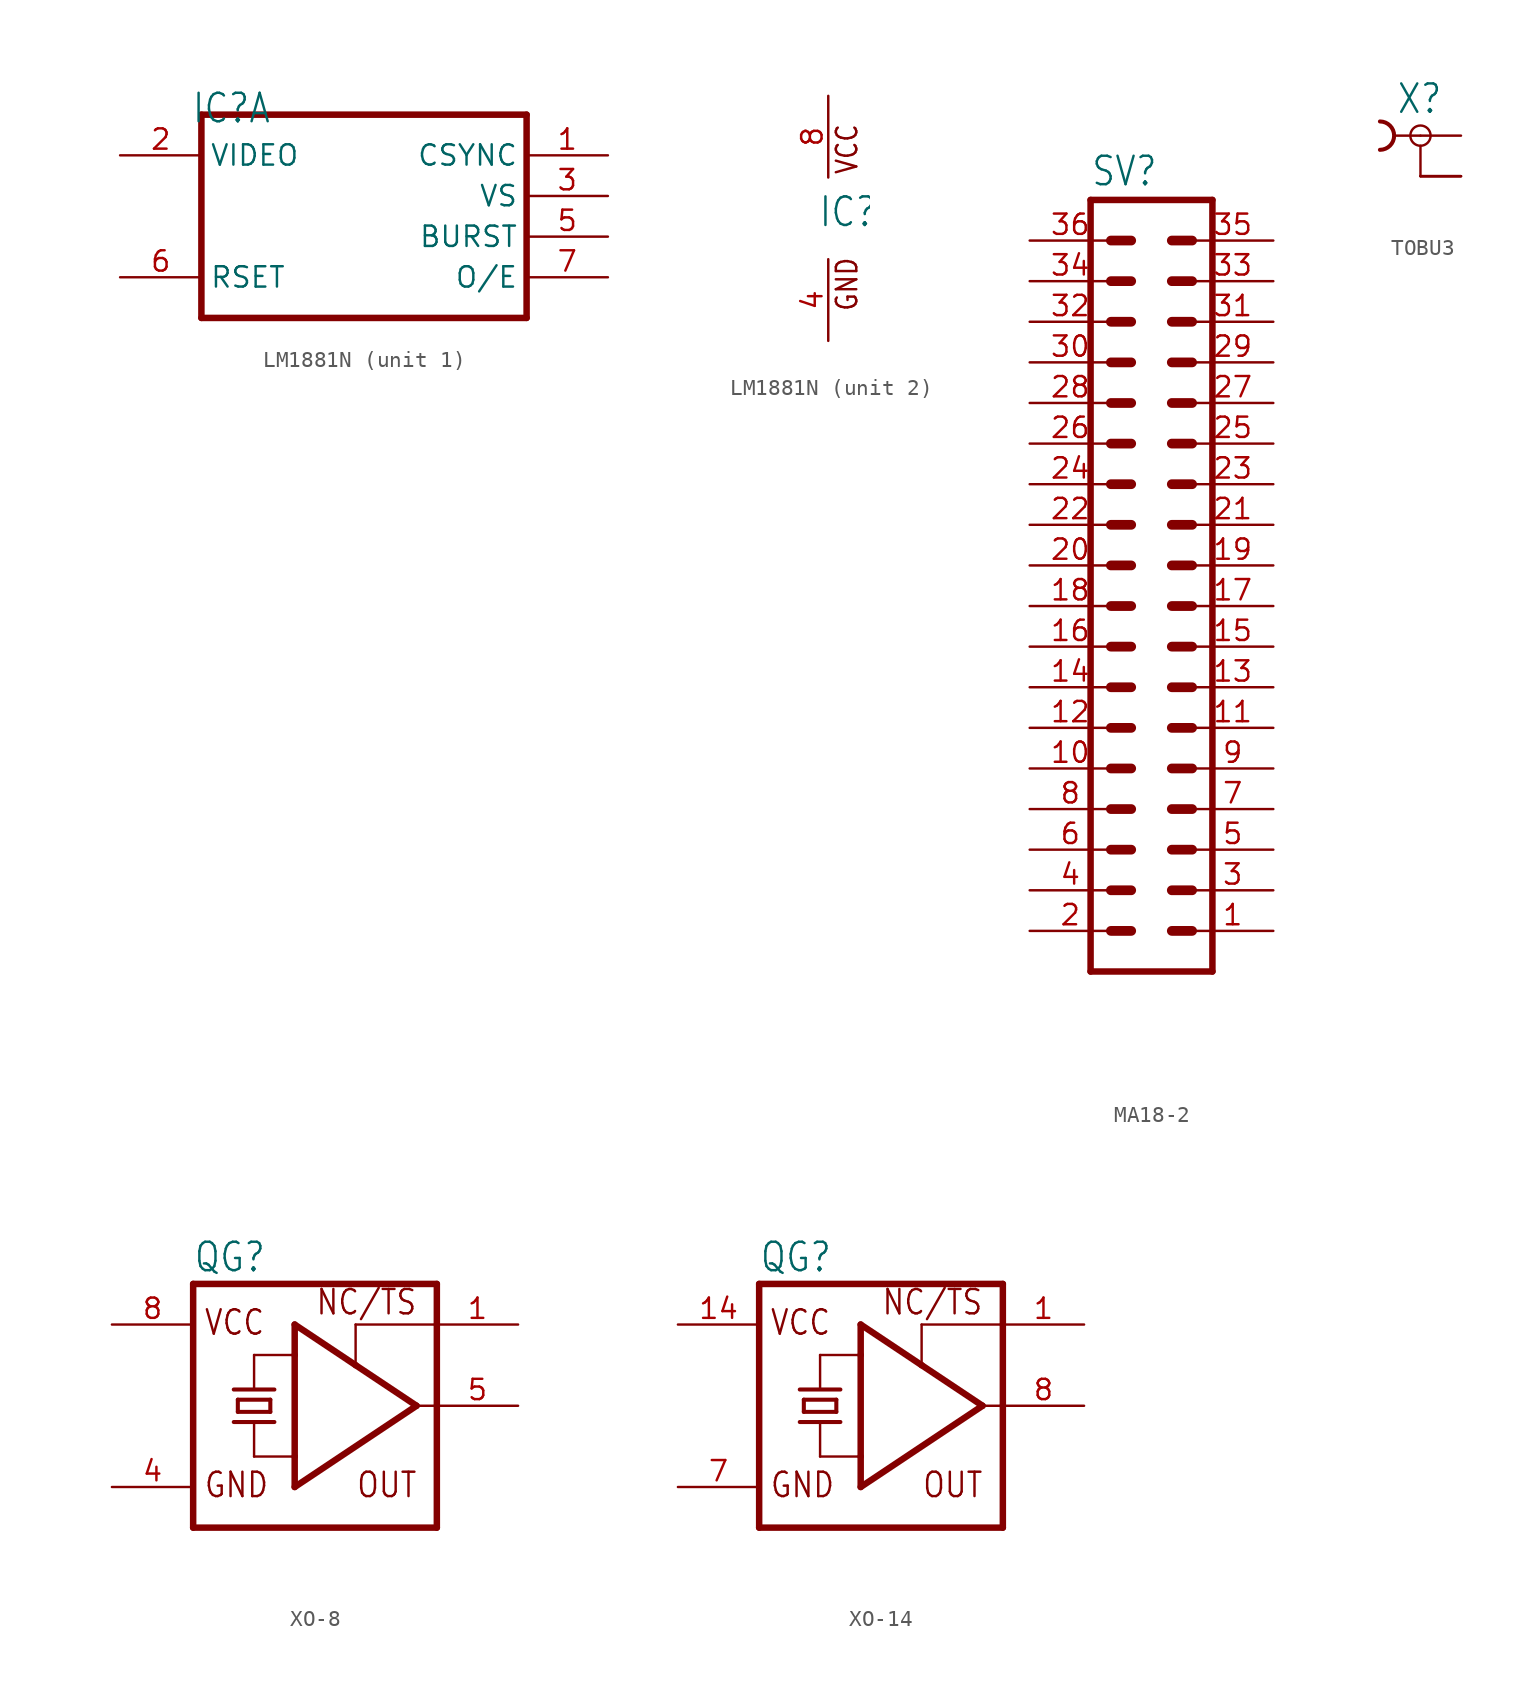
<source format=kicad_sym>
(kicad_symbol_lib
  (version 20231120)
  (generator "kicad_symbol_editor")
  (generator_version "8.0")
  (symbol "LM1881N"
    (property "Reference" "IC"
      (at -0.635 -0.635 0)
      (effects (font (size 1.778 1.511)) (justify left bottom)))
    (property "ki_locked" ""
      (at 0 0 0)
      (effects (font (size 1.27 1.27))))
    (symbol "LM1881N_1_0"
      (polyline (pts (xy 0 -12.7) (xy 20.32 -12.7)) (stroke (width 0.406) (type solid)) (fill (type none)))
      (polyline (pts (xy 0 0) (xy 0 -12.7)) (stroke (width 0.406) (type solid)) (fill (type none)))
      (polyline (pts (xy 20.32 -12.7) (xy 20.32 0)) (stroke (width 0.406) (type solid)) (fill (type none)))
      (polyline (pts (xy 20.32 0) (xy 0 0)) (stroke (width 0.406) (type solid)) (fill (type none)))
      (pin output line (at 25.4 -2.54 180) (length 5.08) (name "CSYNC" (effects (font (size 1.27 1.27)))) (number "1" (effects (font (size 1.27 1.27)))))
      (pin input line (at -5.08 -2.54 0) (length 5.08) (name "VIDEO" (effects (font (size 1.27 1.27)))) (number "2" (effects (font (size 1.27 1.27)))))
      (pin output line (at 25.4 -5.08 180) (length 5.08) (name "VS" (effects (font (size 1.27 1.27)))) (number "3" (effects (font (size 1.27 1.27)))))
      (pin output line (at 25.4 -7.62 180) (length 5.08) (name "BURST" (effects (font (size 1.27 1.27)))) (number "5" (effects (font (size 1.27 1.27)))))
      (pin passive line (at -5.08 -10.16 0) (length 5.08) (name "RSET" (effects (font (size 1.27 1.27)))) (number "6" (effects (font (size 1.27 1.27)))))
      (pin output line (at 25.4 -10.16 180) (length 5.08) (name "O/E" (effects (font (size 1.27 1.27)))) (number "7" (effects (font (size 1.27 1.27))))))
    (symbol "LM1881N_2_0"
      (text "GND" (at 1.905 -5.842 900) (effects (font (size 1.27 1.079)) (justify left bottom)))
      (text "VCC" (at 1.905 2.667 900) (effects (font (size 1.27 1.079)) (justify left bottom)))
      (pin power_in line (at 0 -7.62 90) (length 5.08) (name "GND" (effects (font (size 0 0)))) (number "4" (effects (font (size 1.27 1.27)))))
      (pin power_in line (at 0 7.62 270) (length 5.08) (name "VCC" (effects (font (size 0 0)))) (number "8" (effects (font (size 1.27 1.27)))))))
  (symbol "MA18-2"
    (property "Reference" "SV"
      (at -3.81 26.162 0)
      (effects (font (size 1.778 1.511)) (justify left bottom)))
    (property "Value" ""
      (at -3.81 -25.4 0)
      (effects (font (size 1.778 1.511)) (justify left bottom)))
    (property "ki_locked" ""
      (at 0 0 0)
      (effects (font (size 1.27 1.27))))
    (symbol "MA18-2_1_0"
      (polyline (pts (xy -3.81 25.4) (xy -3.81 -22.86)) (stroke (width 0.406) (type solid)) (fill (type none)))
      (polyline (pts (xy -3.81 25.4) (xy 3.81 25.4)) (stroke (width 0.406) (type solid)) (fill (type none)))
      (polyline (pts (xy -2.54 -20.32) (xy -1.27 -20.32)) (stroke (width 0.61) (type solid)) (fill (type none)))
      (polyline (pts (xy -2.54 -17.78) (xy -1.27 -17.78)) (stroke (width 0.61) (type solid)) (fill (type none)))
      (polyline (pts (xy -2.54 -15.24) (xy -1.27 -15.24)) (stroke (width 0.61) (type solid)) (fill (type none)))
      (polyline (pts (xy -2.54 -12.7) (xy -1.27 -12.7)) (stroke (width 0.61) (type solid)) (fill (type none)))
      (polyline (pts (xy -2.54 -10.16) (xy -1.27 -10.16)) (stroke (width 0.61) (type solid)) (fill (type none)))
      (polyline (pts (xy -2.54 -7.62) (xy -1.27 -7.62)) (stroke (width 0.61) (type solid)) (fill (type none)))
      (polyline (pts (xy -2.54 -5.08) (xy -1.27 -5.08)) (stroke (width 0.61) (type solid)) (fill (type none)))
      (polyline (pts (xy -2.54 -2.54) (xy -1.27 -2.54)) (stroke (width 0.61) (type solid)) (fill (type none)))
      (polyline (pts (xy -2.54 0) (xy -1.27 0)) (stroke (width 0.61) (type solid)) (fill (type none)))
      (polyline (pts (xy -2.54 2.54) (xy -1.27 2.54)) (stroke (width 0.61) (type solid)) (fill (type none)))
      (polyline (pts (xy -2.54 5.08) (xy -1.27 5.08)) (stroke (width 0.61) (type solid)) (fill (type none)))
      (polyline (pts (xy -2.54 7.62) (xy -1.27 7.62)) (stroke (width 0.61) (type solid)) (fill (type none)))
      (polyline (pts (xy -2.54 10.16) (xy -1.27 10.16)) (stroke (width 0.61) (type solid)) (fill (type none)))
      (polyline (pts (xy -2.54 12.7) (xy -1.27 12.7)) (stroke (width 0.61) (type solid)) (fill (type none)))
      (polyline (pts (xy -2.54 15.24) (xy -1.27 15.24)) (stroke (width 0.61) (type solid)) (fill (type none)))
      (polyline (pts (xy -2.54 17.78) (xy -1.27 17.78)) (stroke (width 0.61) (type solid)) (fill (type none)))
      (polyline (pts (xy -2.54 20.32) (xy -1.27 20.32)) (stroke (width 0.61) (type solid)) (fill (type none)))
      (polyline (pts (xy -2.54 22.86) (xy -1.27 22.86)) (stroke (width 0.61) (type solid)) (fill (type none)))
      (polyline (pts (xy 1.27 -20.32) (xy 2.54 -20.32)) (stroke (width 0.61) (type solid)) (fill (type none)))
      (polyline (pts (xy 1.27 -17.78) (xy 2.54 -17.78)) (stroke (width 0.61) (type solid)) (fill (type none)))
      (polyline (pts (xy 1.27 -15.24) (xy 2.54 -15.24)) (stroke (width 0.61) (type solid)) (fill (type none)))
      (polyline (pts (xy 1.27 -12.7) (xy 2.54 -12.7)) (stroke (width 0.61) (type solid)) (fill (type none)))
      (polyline (pts (xy 1.27 -10.16) (xy 2.54 -10.16)) (stroke (width 0.61) (type solid)) (fill (type none)))
      (polyline (pts (xy 1.27 -7.62) (xy 2.54 -7.62)) (stroke (width 0.61) (type solid)) (fill (type none)))
      (polyline (pts (xy 1.27 -5.08) (xy 2.54 -5.08)) (stroke (width 0.61) (type solid)) (fill (type none)))
      (polyline (pts (xy 1.27 -2.54) (xy 2.54 -2.54)) (stroke (width 0.61) (type solid)) (fill (type none)))
      (polyline (pts (xy 1.27 0) (xy 2.54 0)) (stroke (width 0.61) (type solid)) (fill (type none)))
      (polyline (pts (xy 1.27 2.54) (xy 2.54 2.54)) (stroke (width 0.61) (type solid)) (fill (type none)))
      (polyline (pts (xy 1.27 5.08) (xy 2.54 5.08)) (stroke (width 0.61) (type solid)) (fill (type none)))
      (polyline (pts (xy 1.27 7.62) (xy 2.54 7.62)) (stroke (width 0.61) (type solid)) (fill (type none)))
      (polyline (pts (xy 1.27 10.16) (xy 2.54 10.16)) (stroke (width 0.61) (type solid)) (fill (type none)))
      (polyline (pts (xy 1.27 12.7) (xy 2.54 12.7)) (stroke (width 0.61) (type solid)) (fill (type none)))
      (polyline (pts (xy 1.27 15.24) (xy 2.54 15.24)) (stroke (width 0.61) (type solid)) (fill (type none)))
      (polyline (pts (xy 1.27 17.78) (xy 2.54 17.78)) (stroke (width 0.61) (type solid)) (fill (type none)))
      (polyline (pts (xy 1.27 20.32) (xy 2.54 20.32)) (stroke (width 0.61) (type solid)) (fill (type none)))
      (polyline (pts (xy 1.27 22.86) (xy 2.54 22.86)) (stroke (width 0.61) (type solid)) (fill (type none)))
      (polyline (pts (xy 3.81 -22.86) (xy -3.81 -22.86)) (stroke (width 0.406) (type solid)) (fill (type none)))
      (polyline (pts (xy 3.81 -22.86) (xy 3.81 25.4)) (stroke (width 0.406) (type solid)) (fill (type none)))
      (pin passive line (at 7.62 -20.32 180) (length 5.08) (name "1" (effects (font (size 0 0)))) (number "1" (effects (font (size 1.27 1.27)))))
      (pin passive line (at -7.62 -10.16 0) (length 5.08) (name "10" (effects (font (size 0 0)))) (number "10" (effects (font (size 1.27 1.27)))))
      (pin passive line (at 7.62 -7.62 180) (length 5.08) (name "11" (effects (font (size 0 0)))) (number "11" (effects (font (size 1.27 1.27)))))
      (pin passive line (at -7.62 -7.62 0) (length 5.08) (name "12" (effects (font (size 0 0)))) (number "12" (effects (font (size 1.27 1.27)))))
      (pin passive line (at 7.62 -5.08 180) (length 5.08) (name "13" (effects (font (size 0 0)))) (number "13" (effects (font (size 1.27 1.27)))))
      (pin passive line (at -7.62 -5.08 0) (length 5.08) (name "14" (effects (font (size 0 0)))) (number "14" (effects (font (size 1.27 1.27)))))
      (pin passive line (at 7.62 -2.54 180) (length 5.08) (name "15" (effects (font (size 0 0)))) (number "15" (effects (font (size 1.27 1.27)))))
      (pin passive line (at -7.62 -2.54 0) (length 5.08) (name "16" (effects (font (size 0 0)))) (number "16" (effects (font (size 1.27 1.27)))))
      (pin passive line (at 7.62 0 180) (length 5.08) (name "17" (effects (font (size 0 0)))) (number "17" (effects (font (size 1.27 1.27)))))
      (pin passive line (at -7.62 0 0) (length 5.08) (name "18" (effects (font (size 0 0)))) (number "18" (effects (font (size 1.27 1.27)))))
      (pin passive line (at 7.62 2.54 180) (length 5.08) (name "19" (effects (font (size 0 0)))) (number "19" (effects (font (size 1.27 1.27)))))
      (pin passive line (at -7.62 -20.32 0) (length 5.08) (name "2" (effects (font (size 0 0)))) (number "2" (effects (font (size 1.27 1.27)))))
      (pin passive line (at -7.62 2.54 0) (length 5.08) (name "20" (effects (font (size 0 0)))) (number "20" (effects (font (size 1.27 1.27)))))
      (pin passive line (at 7.62 5.08 180) (length 5.08) (name "21" (effects (font (size 0 0)))) (number "21" (effects (font (size 1.27 1.27)))))
      (pin passive line (at -7.62 5.08 0) (length 5.08) (name "22" (effects (font (size 0 0)))) (number "22" (effects (font (size 1.27 1.27)))))
      (pin passive line (at 7.62 7.62 180) (length 5.08) (name "23" (effects (font (size 0 0)))) (number "23" (effects (font (size 1.27 1.27)))))
      (pin passive line (at -7.62 7.62 0) (length 5.08) (name "24" (effects (font (size 0 0)))) (number "24" (effects (font (size 1.27 1.27)))))
      (pin passive line (at 7.62 10.16 180) (length 5.08) (name "25" (effects (font (size 0 0)))) (number "25" (effects (font (size 1.27 1.27)))))
      (pin passive line (at -7.62 10.16 0) (length 5.08) (name "26" (effects (font (size 0 0)))) (number "26" (effects (font (size 1.27 1.27)))))
      (pin passive line (at 7.62 12.7 180) (length 5.08) (name "27" (effects (font (size 0 0)))) (number "27" (effects (font (size 1.27 1.27)))))
      (pin passive line (at -7.62 12.7 0) (length 5.08) (name "28" (effects (font (size 0 0)))) (number "28" (effects (font (size 1.27 1.27)))))
      (pin passive line (at 7.62 15.24 180) (length 5.08) (name "29" (effects (font (size 0 0)))) (number "29" (effects (font (size 1.27 1.27)))))
      (pin passive line (at 7.62 -17.78 180) (length 5.08) (name "3" (effects (font (size 0 0)))) (number "3" (effects (font (size 1.27 1.27)))))
      (pin passive line (at -7.62 15.24 0) (length 5.08) (name "30" (effects (font (size 0 0)))) (number "30" (effects (font (size 1.27 1.27)))))
      (pin passive line (at 7.62 17.78 180) (length 5.08) (name "31" (effects (font (size 0 0)))) (number "31" (effects (font (size 1.27 1.27)))))
      (pin passive line (at -7.62 17.78 0) (length 5.08) (name "32" (effects (font (size 0 0)))) (number "32" (effects (font (size 1.27 1.27)))))
      (pin passive line (at 7.62 20.32 180) (length 5.08) (name "33" (effects (font (size 0 0)))) (number "33" (effects (font (size 1.27 1.27)))))
      (pin passive line (at -7.62 20.32 0) (length 5.08) (name "34" (effects (font (size 0 0)))) (number "34" (effects (font (size 1.27 1.27)))))
      (pin passive line (at 7.62 22.86 180) (length 5.08) (name "35" (effects (font (size 0 0)))) (number "35" (effects (font (size 1.27 1.27)))))
      (pin passive line (at -7.62 22.86 0) (length 5.08) (name "36" (effects (font (size 0 0)))) (number "36" (effects (font (size 1.27 1.27)))))
      (pin passive line (at -7.62 -17.78 0) (length 5.08) (name "4" (effects (font (size 0 0)))) (number "4" (effects (font (size 1.27 1.27)))))
      (pin passive line (at 7.62 -15.24 180) (length 5.08) (name "5" (effects (font (size 0 0)))) (number "5" (effects (font (size 1.27 1.27)))))
      (pin passive line (at -7.62 -15.24 0) (length 5.08) (name "6" (effects (font (size 0 0)))) (number "6" (effects (font (size 1.27 1.27)))))
      (pin passive line (at 7.62 -12.7 180) (length 5.08) (name "7" (effects (font (size 0 0)))) (number "7" (effects (font (size 1.27 1.27)))))
      (pin passive line (at -7.62 -12.7 0) (length 5.08) (name "8" (effects (font (size 0 0)))) (number "8" (effects (font (size 1.27 1.27)))))
      (pin passive line (at 7.62 -10.16 180) (length 5.08) (name "9" (effects (font (size 0 0)))) (number "9" (effects (font (size 1.27 1.27)))))))
  (symbol "TOBU3"
    (property "Reference" "X"
      (at -1.524 1.27 0)
      (effects (font (size 1.778 1.511)) (justify left bottom)))
    (property "Value" ""
      (at -2.54 -5.08 0)
      (effects (font (size 1.778 1.511)) (justify left bottom)))
    (property "ki_locked" ""
      (at 0 0 0)
      (effects (font (size 1.27 1.27))))
    (symbol "TOBU3_1_0"
      (arc (start -2.54 -0.889) (mid -1.651 0) (end -2.54 0.889) (stroke (width 0.254) (type solid)) (fill (type none)))
      (polyline (pts (xy -1.524 0) (xy 0 0)) (stroke (width 0.152) (type solid)) (fill (type none)))
      (polyline (pts (xy 0 -2.54) (xy 0 -0.635)) (stroke (width 0.152) (type solid)) (fill (type none)))
      (circle (center 0 0) (radius 0.635) (stroke (width 0.152) (type solid)) (fill (type none)))
      (pin passive line (at 2.54 0 180) (length 2.54) (name "1" (effects (font (size 0 0)))) (number "1" (effects (font (size 0 0)))))
      (pin passive line (at 2.54 -2.54 180) (length 2.54) (name "2" (effects (font (size 0 0)))) (number "2" (effects (font (size 0 0)))))
      (pin passive line (at 2.54 -2.54 180) (length 2.54) (name "2" (effects (font (size 0 0)))) (number "2@1" (effects (font (size 0 0)))))
      (pin passive line (at 2.54 -2.54 180) (length 2.54) (name "2" (effects (font (size 0 0)))) (number "2@2" (effects (font (size 0 0)))))))
  (symbol "XO-8"
    (property "Reference" "QG"
      (at -7.62 8.255 0)
      (effects (font (size 1.778 1.511)) (justify left bottom)))
    (property "Value" ""
      (at -7.62 -10.16 0)
      (effects (font (size 1.778 1.511)) (justify left bottom)))
    (property "ki_locked" ""
      (at 0 0 0)
      (effects (font (size 1.27 1.27))))
    (symbol "XO-8_1_0"
      (polyline (pts (xy -7.62 7.62) (xy -7.62 -7.62)) (stroke (width 0.406) (type solid)) (fill (type none)))
      (polyline (pts (xy -7.62 7.62) (xy 7.62 7.62)) (stroke (width 0.406) (type solid)) (fill (type none)))
      (polyline (pts (xy -5.08 -1.016) (xy -3.81 -1.016)) (stroke (width 0.254) (type solid)) (fill (type none)))
      (polyline (pts (xy -5.08 1.016) (xy -2.54 1.016)) (stroke (width 0.254) (type solid)) (fill (type none)))
      (polyline (pts (xy -4.826 -0.381) (xy -4.826 0.381)) (stroke (width 0.254) (type solid)) (fill (type none)))
      (polyline (pts (xy -4.826 -0.381) (xy -2.794 -0.381)) (stroke (width 0.254) (type solid)) (fill (type none)))
      (polyline (pts (xy -4.826 0.381) (xy -2.794 0.381)) (stroke (width 0.254) (type solid)) (fill (type none)))
      (polyline (pts (xy -3.81 -3.175) (xy -3.81 -1.016)) (stroke (width 0.152) (type solid)) (fill (type none)))
      (polyline (pts (xy -3.81 -3.175) (xy -1.27 -3.175)) (stroke (width 0.152) (type solid)) (fill (type none)))
      (polyline (pts (xy -3.81 -1.016) (xy -2.54 -1.016)) (stroke (width 0.254) (type solid)) (fill (type none)))
      (polyline (pts (xy -3.81 1.016) (xy -3.81 3.175)) (stroke (width 0.152) (type solid)) (fill (type none)))
      (polyline (pts (xy -3.81 3.175) (xy -1.27 3.175)) (stroke (width 0.152) (type solid)) (fill (type none)))
      (polyline (pts (xy -2.794 0.381) (xy -2.794 -0.381)) (stroke (width 0.254) (type solid)) (fill (type none)))
      (polyline (pts (xy -1.27 -5.08) (xy -1.27 -3.175)) (stroke (width 0.406) (type solid)) (fill (type none)))
      (polyline (pts (xy -1.27 -3.175) (xy -1.27 3.175)) (stroke (width 0.406) (type solid)) (fill (type none)))
      (polyline (pts (xy -1.27 3.175) (xy -1.27 5.08)) (stroke (width 0.406) (type solid)) (fill (type none)))
      (polyline (pts (xy -1.27 5.08) (xy 2.54 2.54)) (stroke (width 0.406) (type solid)) (fill (type none)))
      (polyline (pts (xy 2.54 2.54) (xy 6.35 0)) (stroke (width 0.406) (type solid)) (fill (type none)))
      (polyline (pts (xy 2.54 5.08) (xy 2.54 2.54)) (stroke (width 0.152) (type solid)) (fill (type none)))
      (polyline (pts (xy 6.35 0) (xy -1.27 -5.08)) (stroke (width 0.406) (type solid)) (fill (type none)))
      (polyline (pts (xy 6.35 0) (xy 7.62 0)) (stroke (width 0.152) (type solid)) (fill (type none)))
      (polyline (pts (xy 7.62 -7.62) (xy -7.62 -7.62)) (stroke (width 0.406) (type solid)) (fill (type none)))
      (polyline (pts (xy 7.62 -7.62) (xy 7.62 0)) (stroke (width 0.406) (type solid)) (fill (type none)))
      (polyline (pts (xy 7.62 0) (xy 7.62 5.08)) (stroke (width 0.406) (type solid)) (fill (type none)))
      (polyline (pts (xy 7.62 5.08) (xy 2.54 5.08)) (stroke (width 0.152) (type solid)) (fill (type none)))
      (polyline (pts (xy 7.62 5.08) (xy 7.62 7.62)) (stroke (width 0.406) (type solid)) (fill (type none)))
      (text "GND" (at -6.985 -5.842 0) (effects (font (size 1.524 1.295)) (justify left bottom)))
      (text "NC/TS" (at 0 5.588 0) (effects (font (size 1.524 1.295)) (justify left bottom)))
      (text "OUT" (at 2.54 -5.842 0) (effects (font (size 1.524 1.295)) (justify left bottom)))
      (text "VCC" (at -6.985 4.318 0) (effects (font (size 1.524 1.295)) (justify left bottom)))
      (pin passive line (at 12.7 5.08 180) (length 5.08) (name "TS" (effects (font (size 0 0)))) (number "1" (effects (font (size 1.27 1.27)))))
      (pin power_in line (at -12.7 -5.08 0) (length 5.08) (name "GND" (effects (font (size 0 0)))) (number "4" (effects (font (size 1.27 1.27)))))
      (pin output line (at 12.7 0 180) (length 5.08) (name "OUT" (effects (font (size 0 0)))) (number "5" (effects (font (size 1.27 1.27)))))
      (pin power_in line (at -12.7 5.08 0) (length 5.08) (name "VCC" (effects (font (size 0 0)))) (number "8" (effects (font (size 1.27 1.27)))))))
  (symbol "XO-14"
    (property "Reference" "QG"
      (at -7.62 8.255 0)
      (effects (font (size 1.778 1.511)) (justify left bottom)))
    (property "Value" ""
      (at -7.62 -10.16 0)
      (effects (font (size 1.778 1.511)) (justify left bottom)))
    (property "ki_locked" ""
      (at 0 0 0)
      (effects (font (size 1.27 1.27))))
    (symbol "XO-14_1_0"
      (polyline (pts (xy -7.62 7.62) (xy -7.62 -7.62)) (stroke (width 0.406) (type solid)) (fill (type none)))
      (polyline (pts (xy -7.62 7.62) (xy 7.62 7.62)) (stroke (width 0.406) (type solid)) (fill (type none)))
      (polyline (pts (xy -5.08 -1.016) (xy -3.81 -1.016)) (stroke (width 0.254) (type solid)) (fill (type none)))
      (polyline (pts (xy -5.08 1.016) (xy -2.54 1.016)) (stroke (width 0.254) (type solid)) (fill (type none)))
      (polyline (pts (xy -4.826 -0.381) (xy -4.826 0.381)) (stroke (width 0.254) (type solid)) (fill (type none)))
      (polyline (pts (xy -4.826 -0.381) (xy -2.794 -0.381)) (stroke (width 0.254) (type solid)) (fill (type none)))
      (polyline (pts (xy -4.826 0.381) (xy -2.794 0.381)) (stroke (width 0.254) (type solid)) (fill (type none)))
      (polyline (pts (xy -3.81 -3.175) (xy -3.81 -1.016)) (stroke (width 0.152) (type solid)) (fill (type none)))
      (polyline (pts (xy -3.81 -3.175) (xy -1.27 -3.175)) (stroke (width 0.152) (type solid)) (fill (type none)))
      (polyline (pts (xy -3.81 -1.016) (xy -2.54 -1.016)) (stroke (width 0.254) (type solid)) (fill (type none)))
      (polyline (pts (xy -3.81 1.016) (xy -3.81 3.175)) (stroke (width 0.152) (type solid)) (fill (type none)))
      (polyline (pts (xy -3.81 3.175) (xy -1.27 3.175)) (stroke (width 0.152) (type solid)) (fill (type none)))
      (polyline (pts (xy -2.794 0.381) (xy -2.794 -0.381)) (stroke (width 0.254) (type solid)) (fill (type none)))
      (polyline (pts (xy -1.27 -5.08) (xy -1.27 -3.175)) (stroke (width 0.406) (type solid)) (fill (type none)))
      (polyline (pts (xy -1.27 -3.175) (xy -1.27 3.175)) (stroke (width 0.406) (type solid)) (fill (type none)))
      (polyline (pts (xy -1.27 3.175) (xy -1.27 5.08)) (stroke (width 0.406) (type solid)) (fill (type none)))
      (polyline (pts (xy -1.27 5.08) (xy 2.54 2.54)) (stroke (width 0.406) (type solid)) (fill (type none)))
      (polyline (pts (xy 2.54 2.54) (xy 6.35 0)) (stroke (width 0.406) (type solid)) (fill (type none)))
      (polyline (pts (xy 2.54 5.08) (xy 2.54 2.54)) (stroke (width 0.152) (type solid)) (fill (type none)))
      (polyline (pts (xy 6.35 0) (xy -1.27 -5.08)) (stroke (width 0.406) (type solid)) (fill (type none)))
      (polyline (pts (xy 6.35 0) (xy 7.62 0)) (stroke (width 0.152) (type solid)) (fill (type none)))
      (polyline (pts (xy 7.62 -7.62) (xy -7.62 -7.62)) (stroke (width 0.406) (type solid)) (fill (type none)))
      (polyline (pts (xy 7.62 -7.62) (xy 7.62 0)) (stroke (width 0.406) (type solid)) (fill (type none)))
      (polyline (pts (xy 7.62 0) (xy 7.62 5.08)) (stroke (width 0.406) (type solid)) (fill (type none)))
      (polyline (pts (xy 7.62 5.08) (xy 2.54 5.08)) (stroke (width 0.152) (type solid)) (fill (type none)))
      (polyline (pts (xy 7.62 5.08) (xy 7.62 7.62)) (stroke (width 0.406) (type solid)) (fill (type none)))
      (text "GND" (at -6.985 -5.842 0) (effects (font (size 1.524 1.295)) (justify left bottom)))
      (text "NC/TS" (at 0 5.588 0) (effects (font (size 1.524 1.295)) (justify left bottom)))
      (text "OUT" (at 2.54 -5.842 0) (effects (font (size 1.524 1.295)) (justify left bottom)))
      (text "VCC" (at -6.985 4.318 0) (effects (font (size 1.524 1.295)) (justify left bottom)))
      (pin passive line (at 12.7 5.08 180) (length 5.08) (name "TS" (effects (font (size 0 0)))) (number "1" (effects (font (size 1.27 1.27)))))
      (pin power_in line (at -12.7 5.08 0) (length 5.08) (name "VCC" (effects (font (size 0 0)))) (number "14" (effects (font (size 1.27 1.27)))))
      (pin power_in line (at -12.7 -5.08 0) (length 5.08) (name "GND" (effects (font (size 0 0)))) (number "7" (effects (font (size 1.27 1.27)))))
      (pin output line (at 12.7 0 180) (length 5.08) (name "OUT" (effects (font (size 0 0)))) (number "8" (effects (font (size 1.27 1.27))))))))
</source>
